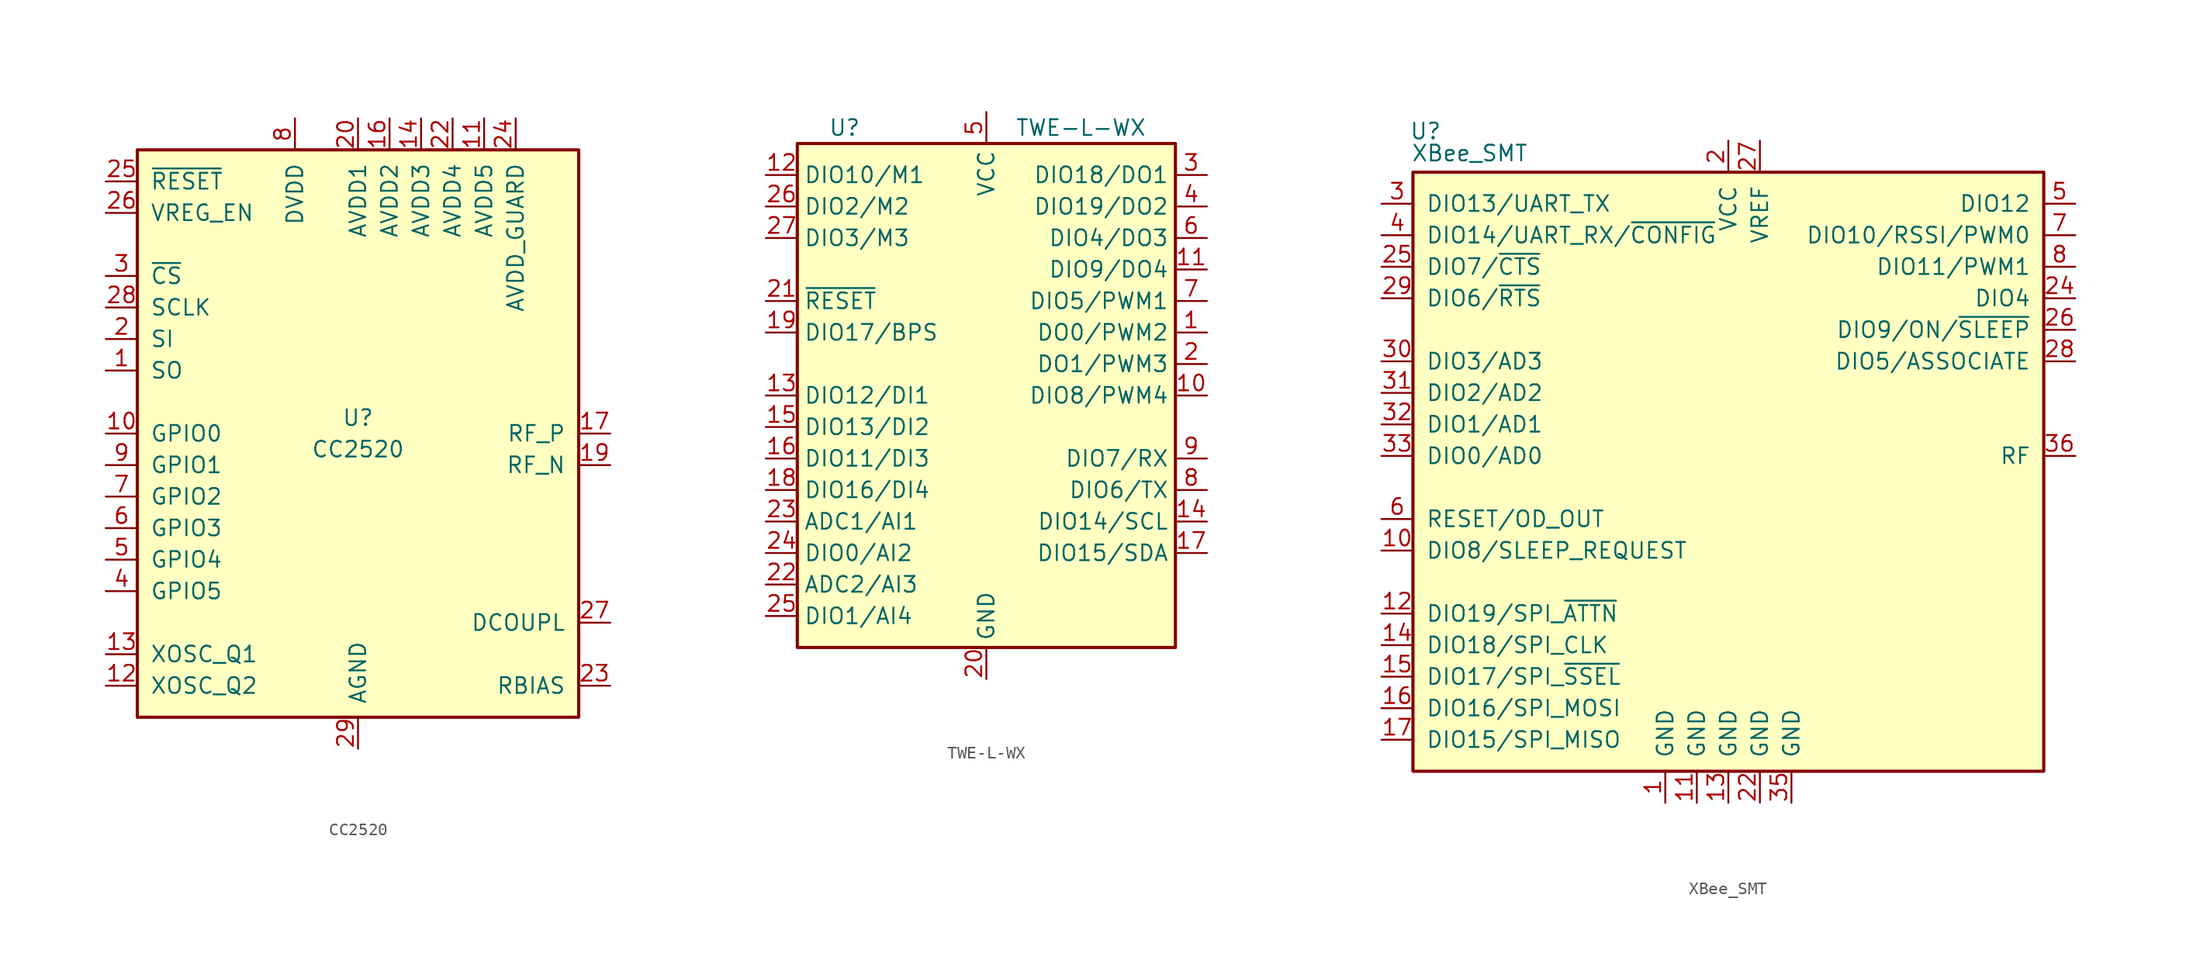
<source format=kicad_sym>
(kicad_symbol_lib
  (version 20200908)
  (generator kicad_symbol_editor)
  (symbol "RF_ZigBee:CC2520"
    (pin_names
      (offset 1.016))
    (property "Reference" "U"
      (at 0 1.27 0)
      (effects (font (size 1.27 1.27))))
    (property "Value" "CC2520"
      (at 0 -1.27 0)
      (effects (font (size 1.27 1.27))))
    (symbol "CC2520_0_1"
      (rectangle (start -17.78 22.86) (end 17.78 -22.86) (stroke (width 0.254)) (fill (type background))))
    (symbol "CC2520_1_1"
      (pin output line (at -20.32 5.08 0) (length 2.54) (name "SO" (effects (font (size 1.27 1.27)))) (number "1" (effects (font (size 1.27 1.27)))))
      (pin bidirectional line (at -20.32 0 0) (length 2.54) (name "GPIO0" (effects (font (size 1.27 1.27)))) (number "10" (effects (font (size 1.27 1.27)))))
      (pin power_in line (at 10.16 25.4 270) (length 2.54) (name "AVDD5" (effects (font (size 1.27 1.27)))) (number "11" (effects (font (size 1.27 1.27)))))
      (pin passive line (at -20.32 -20.32 0) (length 2.54) (name "XOSC_Q2" (effects (font (size 1.27 1.27)))) (number "12" (effects (font (size 1.27 1.27)))))
      (pin passive line (at -20.32 -17.78 0) (length 2.54) (name "XOSC_Q1" (effects (font (size 1.27 1.27)))) (number "13" (effects (font (size 1.27 1.27)))))
      (pin power_in line (at 5.08 25.4 270) (length 2.54) (name "AVDD3" (effects (font (size 1.27 1.27)))) (number "14" (effects (font (size 1.27 1.27)))))
      (pin unconnected line (at 2.54 -22.86 90) (length 2.54) hide (name "NC" (effects (font (size 1.27 1.27)))) (number "15" (effects (font (size 1.27 1.27)))))
      (pin power_in line (at 2.54 25.4 270) (length 2.54) (name "AVDD2" (effects (font (size 1.27 1.27)))) (number "16" (effects (font (size 1.27 1.27)))))
      (pin passive line (at 20.32 0 180) (length 2.54) (name "RF_P" (effects (font (size 1.27 1.27)))) (number "17" (effects (font (size 1.27 1.27)))))
      (pin passive line (at 20.32 -2.54 180) (length 2.54) (name "RF_N" (effects (font (size 1.27 1.27)))) (number "19" (effects (font (size 1.27 1.27)))))
      (pin input line (at -20.32 7.62 0) (length 2.54) (name "SI" (effects (font (size 1.27 1.27)))) (number "2" (effects (font (size 1.27 1.27)))))
      (pin power_in line (at 0 25.4 270) (length 2.54) (name "AVDD1" (effects (font (size 1.27 1.27)))) (number "20" (effects (font (size 1.27 1.27)))))
      (pin unconnected line (at 5.08 -22.86 90) (length 2.54) hide (name "NC" (effects (font (size 1.27 1.27)))) (number "21" (effects (font (size 1.27 1.27)))))
      (pin power_in line (at 7.62 25.4 270) (length 2.54) (name "AVDD4" (effects (font (size 1.27 1.27)))) (number "22" (effects (font (size 1.27 1.27)))))
      (pin passive line (at 20.32 -20.32 180) (length 2.54) (name "RBIAS" (effects (font (size 1.27 1.27)))) (number "23" (effects (font (size 1.27 1.27)))))
      (pin power_in line (at 12.7 25.4 270) (length 2.54) (name "AVDD_GUARD" (effects (font (size 1.27 1.27)))) (number "24" (effects (font (size 1.27 1.27)))))
      (pin input line (at -20.32 20.32 0) (length 2.54) (name "~RESET" (effects (font (size 1.27 1.27)))) (number "25" (effects (font (size 1.27 1.27)))))
      (pin input line (at -20.32 17.78 0) (length 2.54) (name "VREG_EN" (effects (font (size 1.27 1.27)))) (number "26" (effects (font (size 1.27 1.27)))))
      (pin passive line (at 20.32 -15.24 180) (length 2.54) (name "DCOUPL" (effects (font (size 1.27 1.27)))) (number "27" (effects (font (size 1.27 1.27)))))
      (pin input line (at -20.32 10.16 0) (length 2.54) (name "SCLK" (effects (font (size 1.27 1.27)))) (number "28" (effects (font (size 1.27 1.27)))))
      (pin power_in line (at 0 -25.4 90) (length 2.54) (name "AGND" (effects (font (size 1.27 1.27)))) (number "29" (effects (font (size 1.27 1.27)))))
      (pin input line (at -20.32 12.7 0) (length 2.54) (name "~CS" (effects (font (size 1.27 1.27)))) (number "3" (effects (font (size 1.27 1.27)))))
      (pin bidirectional line (at -20.32 -12.7 0) (length 2.54) (name "GPIO5" (effects (font (size 1.27 1.27)))) (number "4" (effects (font (size 1.27 1.27)))))
      (pin bidirectional line (at -20.32 -10.16 0) (length 2.54) (name "GPIO4" (effects (font (size 1.27 1.27)))) (number "5" (effects (font (size 1.27 1.27)))))
      (pin bidirectional line (at -20.32 -7.62 0) (length 2.54) (name "GPIO3" (effects (font (size 1.27 1.27)))) (number "6" (effects (font (size 1.27 1.27)))))
      (pin bidirectional line (at -20.32 -5.08 0) (length 2.54) (name "GPIO2" (effects (font (size 1.27 1.27)))) (number "7" (effects (font (size 1.27 1.27)))))
      (pin power_in line (at -5.08 25.4 270) (length 2.54) (name "DVDD" (effects (font (size 1.27 1.27)))) (number "8" (effects (font (size 1.27 1.27)))))
      (pin bidirectional line (at -20.32 -2.54 0) (length 2.54) (name "GPIO1" (effects (font (size 1.27 1.27)))) (number "9" (effects (font (size 1.27 1.27)))))))
  (symbol "RF_ZigBee:TWE-L-WX"
    (property "Reference" "U"
      (at -11.43 21.59 0)
      (effects (font (size 1.27 1.27))))
    (property "Value" "TWE-L-WX"
      (at 7.62 21.59 0)
      (effects (font (size 1.27 1.27))))
    (symbol "TWE-L-WX_1_0"
      (rectangle (start -15.24 -20.32) (end 15.24 20.32) (stroke (width 0.254)) (fill (type background))))
    (symbol "TWE-L-WX_1_1"
      (pin output line (at 17.78 5.08 180) (length 2.54) (name "DO0/PWM2" (effects (font (size 1.27 1.27)))) (number "1" (effects (font (size 1.27 1.27)))))
      (pin bidirectional line (at 17.78 0 180) (length 2.54) (name "DIO8/PWM4" (effects (font (size 1.27 1.27)))) (number "10" (effects (font (size 1.27 1.27)))))
      (pin bidirectional line (at 17.78 10.16 180) (length 2.54) (name "DIO9/DO4" (effects (font (size 1.27 1.27)))) (number "11" (effects (font (size 1.27 1.27)))))
      (pin bidirectional line (at -17.78 17.78 0) (length 2.54) (name "DIO10/M1" (effects (font (size 1.27 1.27)))) (number "12" (effects (font (size 1.27 1.27)))))
      (pin bidirectional line (at -17.78 0 0) (length 2.54) (name "DIO12/DI1" (effects (font (size 1.27 1.27)))) (number "13" (effects (font (size 1.27 1.27)))))
      (pin bidirectional line (at 17.78 -10.16 180) (length 2.54) (name "DIO14/SCL" (effects (font (size 1.27 1.27)))) (number "14" (effects (font (size 1.27 1.27)))))
      (pin bidirectional line (at -17.78 -2.54 0) (length 2.54) (name "DIO13/DI2" (effects (font (size 1.27 1.27)))) (number "15" (effects (font (size 1.27 1.27)))))
      (pin bidirectional line (at -17.78 -5.08 0) (length 2.54) (name "DIO11/DI3" (effects (font (size 1.27 1.27)))) (number "16" (effects (font (size 1.27 1.27)))))
      (pin bidirectional line (at 17.78 -12.7 180) (length 2.54) (name "DIO15/SDA" (effects (font (size 1.27 1.27)))) (number "17" (effects (font (size 1.27 1.27)))))
      (pin bidirectional line (at -17.78 -7.62 0) (length 2.54) (name "DIO16/DI4" (effects (font (size 1.27 1.27)))) (number "18" (effects (font (size 1.27 1.27)))))
      (pin bidirectional line (at -17.78 5.08 0) (length 2.54) (name "DIO17/BPS" (effects (font (size 1.27 1.27)))) (number "19" (effects (font (size 1.27 1.27)))))
      (pin bidirectional line (at 17.78 2.54 180) (length 2.54) (name "DO1/PWM3" (effects (font (size 1.27 1.27)))) (number "2" (effects (font (size 1.27 1.27)))))
      (pin power_in line (at 0 -22.86 90) (length 2.54) (name "GND" (effects (font (size 1.27 1.27)))) (number "20" (effects (font (size 1.27 1.27)))))
      (pin input line (at -17.78 7.62 0) (length 2.54) (name "~RESET" (effects (font (size 1.27 1.27)))) (number "21" (effects (font (size 1.27 1.27)))))
      (pin input line (at -17.78 -15.24 0) (length 2.54) (name "ADC2/AI3" (effects (font (size 1.27 1.27)))) (number "22" (effects (font (size 1.27 1.27)))))
      (pin input line (at -17.78 -10.16 0) (length 2.54) (name "ADC1/AI1" (effects (font (size 1.27 1.27)))) (number "23" (effects (font (size 1.27 1.27)))))
      (pin bidirectional line (at -17.78 -12.7 0) (length 2.54) (name "DIO0/AI2" (effects (font (size 1.27 1.27)))) (number "24" (effects (font (size 1.27 1.27)))))
      (pin bidirectional line (at -17.78 -17.78 0) (length 2.54) (name "DIO1/AI4" (effects (font (size 1.27 1.27)))) (number "25" (effects (font (size 1.27 1.27)))))
      (pin bidirectional line (at -17.78 15.24 0) (length 2.54) (name "DIO2/M2" (effects (font (size 1.27 1.27)))) (number "26" (effects (font (size 1.27 1.27)))))
      (pin bidirectional line (at -17.78 12.7 0) (length 2.54) (name "DIO3/M3" (effects (font (size 1.27 1.27)))) (number "27" (effects (font (size 1.27 1.27)))))
      (pin passive line (at 0 -22.86 90) (length 2.54) hide (name "GND" (effects (font (size 1.27 1.27)))) (number "28" (effects (font (size 1.27 1.27)))))
      (pin unconnected line (at 15.24 -17.78 180) (length 2.54) hide (name "NC" (effects (font (size 1.27 1.27)))) (number "29" (effects (font (size 1.27 1.27)))))
      (pin bidirectional line (at 17.78 17.78 180) (length 2.54) (name "DIO18/DO1" (effects (font (size 1.27 1.27)))) (number "3" (effects (font (size 1.27 1.27)))))
      (pin passive line (at 0 -22.86 90) (length 2.54) hide (name "GND" (effects (font (size 1.27 1.27)))) (number "30" (effects (font (size 1.27 1.27)))))
      (pin passive line (at 0 -22.86 90) (length 2.54) hide (name "GND" (effects (font (size 1.27 1.27)))) (number "31" (effects (font (size 1.27 1.27)))))
      (pin passive line (at 0 -22.86 90) (length 2.54) hide (name "GND" (effects (font (size 1.27 1.27)))) (number "32" (effects (font (size 1.27 1.27)))))
      (pin bidirectional line (at 17.78 15.24 180) (length 2.54) (name "DIO19/DO2" (effects (font (size 1.27 1.27)))) (number "4" (effects (font (size 1.27 1.27)))))
      (pin power_in line (at 0 22.86 270) (length 2.54) (name "VCC" (effects (font (size 1.27 1.27)))) (number "5" (effects (font (size 1.27 1.27)))))
      (pin bidirectional line (at 17.78 12.7 180) (length 2.54) (name "DIO4/DO3" (effects (font (size 1.27 1.27)))) (number "6" (effects (font (size 1.27 1.27)))))
      (pin bidirectional line (at 17.78 7.62 180) (length 2.54) (name "DIO5/PWM1" (effects (font (size 1.27 1.27)))) (number "7" (effects (font (size 1.27 1.27)))))
      (pin bidirectional line (at 17.78 -7.62 180) (length 2.54) (name "DIO6/TX" (effects (font (size 1.27 1.27)))) (number "8" (effects (font (size 1.27 1.27)))))
      (pin bidirectional line (at 17.78 -5.08 180) (length 2.54) (name "DIO7/RX" (effects (font (size 1.27 1.27)))) (number "9" (effects (font (size 1.27 1.27)))))))
  (symbol "RF_ZigBee:XBee_SMT"
    (pin_names
      (offset 1.016))
    (property "Reference" "U"
      (at -24.384 26.162 0)
      (effects (font (size 1.27 1.27))))
    (property "Value" "XBee_SMT"
      (at -20.828 24.384 0)
      (effects (font (size 1.27 1.27))))
    (symbol "XBee_SMT_0_1"
      (rectangle (start -25.4 22.86) (end 25.4 -25.4) (stroke (width 0.254)) (fill (type background))))
    (symbol "XBee_SMT_1_1"
      (pin power_in line (at -5.08 -27.94 90) (length 2.54) (name "GND" (effects (font (size 1.27 1.27)))) (number "1" (effects (font (size 1.27 1.27)))))
      (pin bidirectional line (at -27.94 -7.62 0) (length 2.54) (name "DIO8/SLEEP_REQUEST" (effects (font (size 1.27 1.27)))) (number "10" (effects (font (size 1.27 1.27)))))
      (pin power_in line (at -2.54 -27.94 90) (length 2.54) (name "GND" (effects (font (size 1.27 1.27)))) (number "11" (effects (font (size 1.27 1.27)))))
      (pin output line (at -27.94 -12.7 0) (length 2.54) (name "DIO19/SPI_~ATTN" (effects (font (size 1.27 1.27)))) (number "12" (effects (font (size 1.27 1.27)))))
      (pin power_in line (at 0 -27.94 90) (length 2.54) (name "GND" (effects (font (size 1.27 1.27)))) (number "13" (effects (font (size 1.27 1.27)))))
      (pin input line (at -27.94 -15.24 0) (length 2.54) (name "DIO18/SPI_CLK" (effects (font (size 1.27 1.27)))) (number "14" (effects (font (size 1.27 1.27)))))
      (pin input line (at -27.94 -17.78 0) (length 2.54) (name "DIO17/SPI_~SSEL" (effects (font (size 1.27 1.27)))) (number "15" (effects (font (size 1.27 1.27)))))
      (pin input line (at -27.94 -20.32 0) (length 2.54) (name "DIO16/SPI_MOSI" (effects (font (size 1.27 1.27)))) (number "16" (effects (font (size 1.27 1.27)))))
      (pin output line (at -27.94 -22.86 0) (length 2.54) (name "DIO15/SPI_MISO" (effects (font (size 1.27 1.27)))) (number "17" (effects (font (size 1.27 1.27)))))
      (pin unconnected line (at 25.4 -20.32 180) (length 2.54) hide (name "NC" (effects (font (size 1.27 1.27)))) (number "18" (effects (font (size 1.27 1.27)))))
      (pin unconnected line (at 25.4 -17.78 180) (length 2.54) hide (name "NC" (effects (font (size 1.27 1.27)))) (number "19" (effects (font (size 1.27 1.27)))))
      (pin power_in line (at 0 25.4 270) (length 2.54) (name "VCC" (effects (font (size 1.27 1.27)))) (number "2" (effects (font (size 1.27 1.27)))))
      (pin unconnected line (at 25.4 -15.24 180) (length 2.54) hide (name "NC" (effects (font (size 1.27 1.27)))) (number "20" (effects (font (size 1.27 1.27)))))
      (pin unconnected line (at 25.4 -12.7 180) (length 2.54) hide (name "NC" (effects (font (size 1.27 1.27)))) (number "21" (effects (font (size 1.27 1.27)))))
      (pin power_in line (at 2.54 -27.94 90) (length 2.54) (name "GND" (effects (font (size 1.27 1.27)))) (number "22" (effects (font (size 1.27 1.27)))))
      (pin unconnected line (at 25.4 -10.16 180) (length 2.54) hide (name "NC" (effects (font (size 1.27 1.27)))) (number "23" (effects (font (size 1.27 1.27)))))
      (pin bidirectional line (at 27.94 12.7 180) (length 2.54) (name "DIO4" (effects (font (size 1.27 1.27)))) (number "24" (effects (font (size 1.27 1.27)))))
      (pin bidirectional line (at -27.94 15.24 0) (length 2.54) (name "DIO7/~CTS" (effects (font (size 1.27 1.27)))) (number "25" (effects (font (size 1.27 1.27)))))
      (pin bidirectional line (at 27.94 10.16 180) (length 2.54) (name "DIO9/ON/~SLEEP" (effects (font (size 1.27 1.27)))) (number "26" (effects (font (size 1.27 1.27)))))
      (pin input line (at 2.54 25.4 270) (length 2.54) (name "VREF" (effects (font (size 1.27 1.27)))) (number "27" (effects (font (size 1.27 1.27)))))
      (pin bidirectional line (at 27.94 7.62 180) (length 2.54) (name "DIO5/ASSOCIATE" (effects (font (size 1.27 1.27)))) (number "28" (effects (font (size 1.27 1.27)))))
      (pin bidirectional line (at -27.94 12.7 0) (length 2.54) (name "DIO6/~RTS" (effects (font (size 1.27 1.27)))) (number "29" (effects (font (size 1.27 1.27)))))
      (pin bidirectional line (at -27.94 20.32 0) (length 2.54) (name "DIO13/UART_TX" (effects (font (size 1.27 1.27)))) (number "3" (effects (font (size 1.27 1.27)))))
      (pin bidirectional line (at -27.94 7.62 0) (length 2.54) (name "DIO3/AD3" (effects (font (size 1.27 1.27)))) (number "30" (effects (font (size 1.27 1.27)))))
      (pin bidirectional line (at -27.94 5.08 0) (length 2.54) (name "DIO2/AD2" (effects (font (size 1.27 1.27)))) (number "31" (effects (font (size 1.27 1.27)))))
      (pin bidirectional line (at -27.94 2.54 0) (length 2.54) (name "DIO1/AD1" (effects (font (size 1.27 1.27)))) (number "32" (effects (font (size 1.27 1.27)))))
      (pin bidirectional line (at -27.94 0 0) (length 2.54) (name "DIO0/AD0" (effects (font (size 1.27 1.27)))) (number "33" (effects (font (size 1.27 1.27)))))
      (pin unconnected line (at 25.4 -7.62 180) (length 2.54) hide (name "NC" (effects (font (size 1.27 1.27)))) (number "34" (effects (font (size 1.27 1.27)))))
      (pin power_in line (at 5.08 -27.94 90) (length 2.54) (name "GND" (effects (font (size 1.27 1.27)))) (number "35" (effects (font (size 1.27 1.27)))))
      (pin bidirectional line (at 27.94 0 180) (length 2.54) (name "RF" (effects (font (size 1.27 1.27)))) (number "36" (effects (font (size 1.27 1.27)))))
      (pin unconnected line (at 25.4 -5.08 180) (length 2.54) hide (name "NC" (effects (font (size 1.27 1.27)))) (number "37" (effects (font (size 1.27 1.27)))))
      (pin bidirectional line (at -27.94 17.78 0) (length 2.54) (name "DIO14/UART_RX/~CONFIG" (effects (font (size 1.27 1.27)))) (number "4" (effects (font (size 1.27 1.27)))))
      (pin bidirectional line (at 27.94 20.32 180) (length 2.54) (name "DIO12" (effects (font (size 1.27 1.27)))) (number "5" (effects (font (size 1.27 1.27)))))
      (pin bidirectional line (at -27.94 -5.08 0) (length 2.54) (name "RESET/OD_OUT" (effects (font (size 1.27 1.27)))) (number "6" (effects (font (size 1.27 1.27)))))
      (pin bidirectional line (at 27.94 17.78 180) (length 2.54) (name "DIO10/RSSI/PWM0" (effects (font (size 1.27 1.27)))) (number "7" (effects (font (size 1.27 1.27)))))
      (pin bidirectional line (at 27.94 15.24 180) (length 2.54) (name "DIO11/PWM1" (effects (font (size 1.27 1.27)))) (number "8" (effects (font (size 1.27 1.27)))))
      (pin unconnected line (at 25.4 -22.86 180) (length 2.54) hide (name "NC" (effects (font (size 1.27 1.27)))) (number "9" (effects (font (size 1.27 1.27))))))))
</source>
